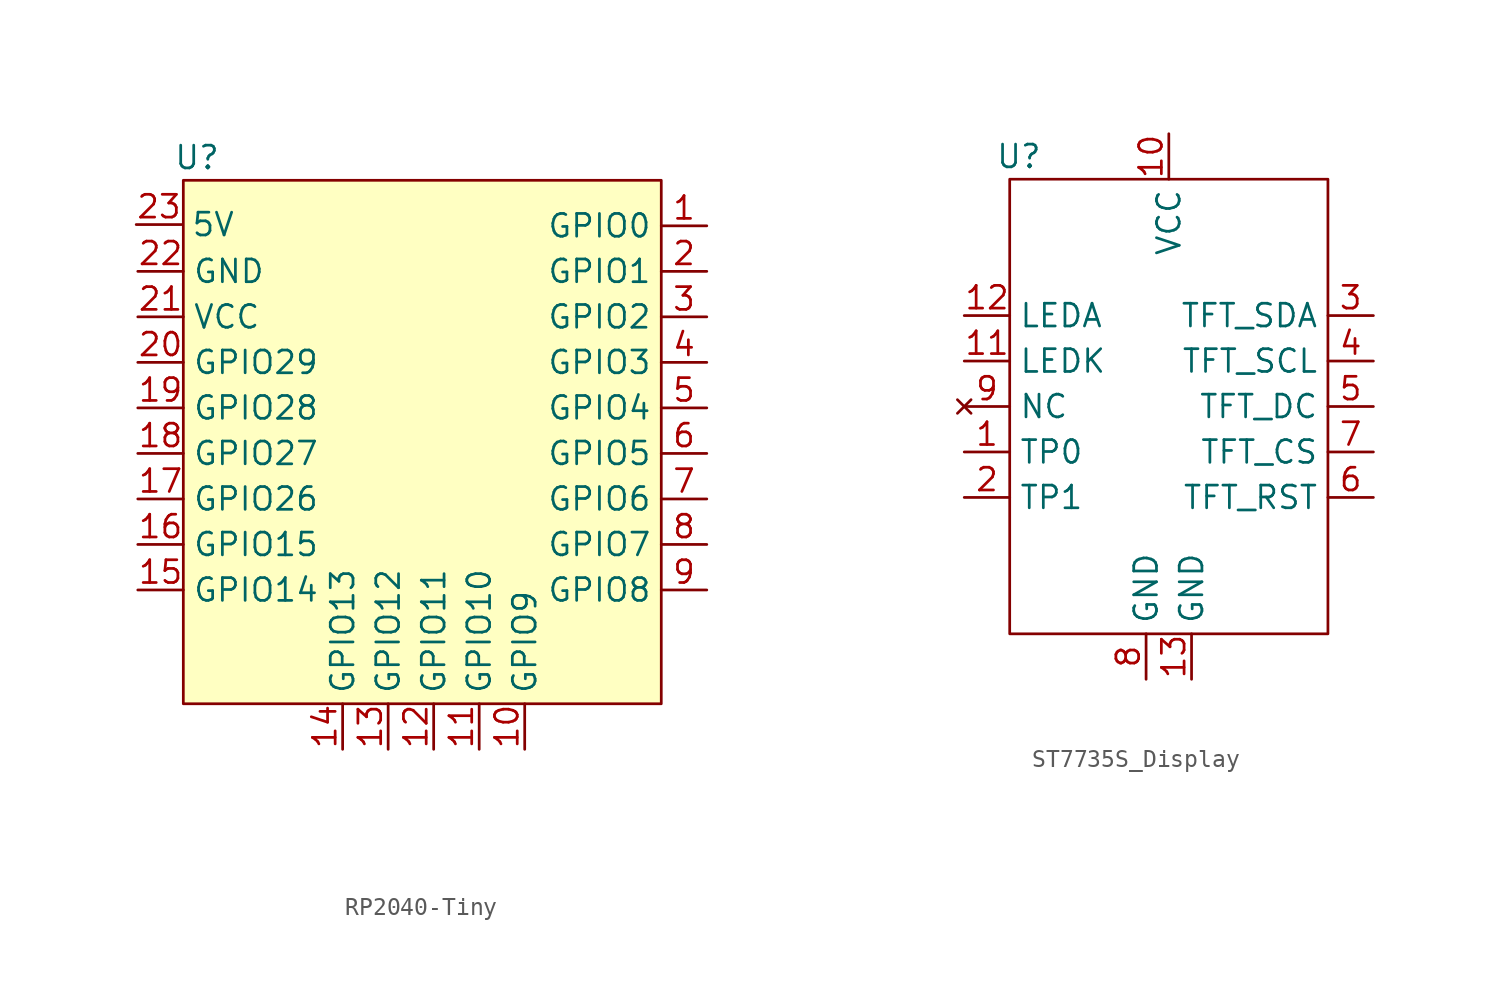
<source format=kicad_sym>
(kicad_symbol_lib
  (version 20231120)
  (generator "kicad_symbol_editor")
  (generator_version "8.0")
  (symbol "RP2040-Tiny"
    (property "Reference" "U"
      (at -11.938 36.83 0)
      (effects (font (size 1.27 1.27))))
    (property "Value" ""
      (at 0 0 0)
      (effects (font (size 1.27 1.27))))
    (symbol "RP2040-Tiny_1_1"
      (rectangle (start -12.7 35.56) (end 13.97 6.35) (stroke (width 0) (type default)) (fill (type background)))
      (pin input line (at 16.51 33.02 180) (length 2.54) (name "GPIO0" (effects (font (size 1.27 1.27)))) (number "1" (effects (font (size 1.27 1.27)))))
      (pin input line (at 6.35 3.81 90) (length 2.54) (name "GPIO9" (effects (font (size 1.27 1.27)))) (number "10" (effects (font (size 1.27 1.27)))))
      (pin input line (at 3.81 3.81 90) (length 2.54) (name "GPIO10" (effects (font (size 1.27 1.27)))) (number "11" (effects (font (size 1.27 1.27)))))
      (pin input line (at 1.27 3.81 90) (length 2.54) (name "GPIO11" (effects (font (size 1.27 1.27)))) (number "12" (effects (font (size 1.27 1.27)))))
      (pin input line (at -1.27 3.81 90) (length 2.54) (name "GPIO12" (effects (font (size 1.27 1.27)))) (number "13" (effects (font (size 1.27 1.27)))))
      (pin input line (at -3.81 3.81 90) (length 2.54) (name "GPIO13" (effects (font (size 1.27 1.27)))) (number "14" (effects (font (size 1.27 1.27)))))
      (pin input line (at -15.24 12.7 0) (length 2.54) (name "GPIO14" (effects (font (size 1.27 1.27)))) (number "15" (effects (font (size 1.27 1.27)))))
      (pin input line (at -15.24 15.24 0) (length 2.54) (name "GPIO15" (effects (font (size 1.27 1.27)))) (number "16" (effects (font (size 1.27 1.27)))))
      (pin input line (at -15.24 17.78 0) (length 2.54) (name "GPIO26" (effects (font (size 1.27 1.27)))) (number "17" (effects (font (size 1.27 1.27)))))
      (pin input line (at -15.24 20.32 0) (length 2.54) (name "GPIO27" (effects (font (size 1.27 1.27)))) (number "18" (effects (font (size 1.27 1.27)))))
      (pin input line (at -15.24 22.86 0) (length 2.54) (name "GPIO28" (effects (font (size 1.27 1.27)))) (number "19" (effects (font (size 1.27 1.27)))))
      (pin input line (at 16.51 30.48 180) (length 2.54) (name "GPIO1" (effects (font (size 1.27 1.27)))) (number "2" (effects (font (size 1.27 1.27)))))
      (pin input line (at -15.24 25.4 0) (length 2.54) (name "GPIO29" (effects (font (size 1.27 1.27)))) (number "20" (effects (font (size 1.27 1.27)))))
      (pin input line (at -15.24 27.94 0) (length 2.54) (name "VCC" (effects (font (size 1.27 1.27)))) (number "21" (effects (font (size 1.27 1.27)))))
      (pin input line (at -15.24 30.48 0) (length 2.54) (name "GND" (effects (font (size 1.27 1.27)))) (number "22" (effects (font (size 1.27 1.27)))))
      (pin input line (at -15.328 33.091 0) (length 2.54) (name "5V" (effects (font (size 1.27 1.27)))) (number "23" (effects (font (size 1.27 1.27)))))
      (pin input line (at 16.51 27.94 180) (length 2.54) (name "GPIO2" (effects (font (size 1.27 1.27)))) (number "3" (effects (font (size 1.27 1.27)))))
      (pin input line (at 16.51 25.4 180) (length 2.54) (name "GPIO3" (effects (font (size 1.27 1.27)))) (number "4" (effects (font (size 1.27 1.27)))))
      (pin input line (at 16.51 22.86 180) (length 2.54) (name "GPIO4" (effects (font (size 1.27 1.27)))) (number "5" (effects (font (size 1.27 1.27)))))
      (pin input line (at 16.51 20.32 180) (length 2.54) (name "GPIO5" (effects (font (size 1.27 1.27)))) (number "6" (effects (font (size 1.27 1.27)))))
      (pin input line (at 16.51 17.78 180) (length 2.54) (name "GPIO6" (effects (font (size 1.27 1.27)))) (number "7" (effects (font (size 1.27 1.27)))))
      (pin input line (at 16.51 15.24 180) (length 2.54) (name "GPIO7" (effects (font (size 1.27 1.27)))) (number "8" (effects (font (size 1.27 1.27)))))
      (pin input line (at 16.51 12.7 180) (length 2.54) (name "GPIO8" (effects (font (size 1.27 1.27)))) (number "9" (effects (font (size 1.27 1.27)))))))
  (symbol "ST7735S_Display"
    (property "Reference" "U"
      (at -8.382 13.97 0)
      (effects (font (size 1.27 1.27))))
    (property "Value" ""
      (at -15.24 -12.7 0)
      (effects (font (size 1.27 1.27))))
    (symbol "ST7735S_Display_0_1"
      (rectangle (start -8.89 12.7) (end 8.89 -12.7) (stroke (width 0) (type default)) (fill (type none))))
    (symbol "ST7735S_Display_1_1"
      (pin input line (at -11.43 -2.54 0) (length 2.54) (name "TP0" (effects (font (size 1.27 1.27)))) (number "1" (effects (font (size 1.27 1.27)))))
      (pin power_in line (at 0 15.24 270) (length 2.54) (name "VCC" (effects (font (size 1.27 1.27)))) (number "10" (effects (font (size 1.27 1.27)))))
      (pin input line (at -11.43 2.54 0) (length 2.54) (name "LEDK" (effects (font (size 1.27 1.27)))) (number "11" (effects (font (size 1.27 1.27)))))
      (pin input line (at -11.43 5.08 0) (length 2.54) (name "LEDA" (effects (font (size 1.27 1.27)))) (number "12" (effects (font (size 1.27 1.27)))))
      (pin power_in line (at 1.27 -15.24 90) (length 2.54) (name "GND" (effects (font (size 1.27 1.27)))) (number "13" (effects (font (size 1.27 1.27)))))
      (pin input line (at -11.43 -5.08 0) (length 2.54) (name "TP1" (effects (font (size 1.27 1.27)))) (number "2" (effects (font (size 1.27 1.27)))))
      (pin input line (at 11.43 5.08 180) (length 2.54) (name "TFT_SDA" (effects (font (size 1.27 1.27)))) (number "3" (effects (font (size 1.27 1.27)))))
      (pin input line (at 11.43 2.54 180) (length 2.54) (name "TFT_SCL" (effects (font (size 1.27 1.27)))) (number "4" (effects (font (size 1.27 1.27)))))
      (pin input line (at 11.43 0 180) (length 2.54) (name "TFT_DC" (effects (font (size 1.27 1.27)))) (number "5" (effects (font (size 1.27 1.27)))))
      (pin input line (at 11.43 -5.08 180) (length 2.54) (name "TFT_RST" (effects (font (size 1.27 1.27)))) (number "6" (effects (font (size 1.27 1.27)))))
      (pin input line (at 11.43 -2.54 180) (length 2.54) (name "TFT_CS" (effects (font (size 1.27 1.27)))) (number "7" (effects (font (size 1.27 1.27)))))
      (pin power_in line (at -1.27 -15.24 90) (length 2.54) (name "GND" (effects (font (size 1.27 1.27)))) (number "8" (effects (font (size 1.27 1.27)))))
      (pin no_connect line (at -11.43 0 0) (length 2.54) (name "NC" (effects (font (size 1.27 1.27)))) (number "9" (effects (font (size 1.27 1.27))))))))
</source>
